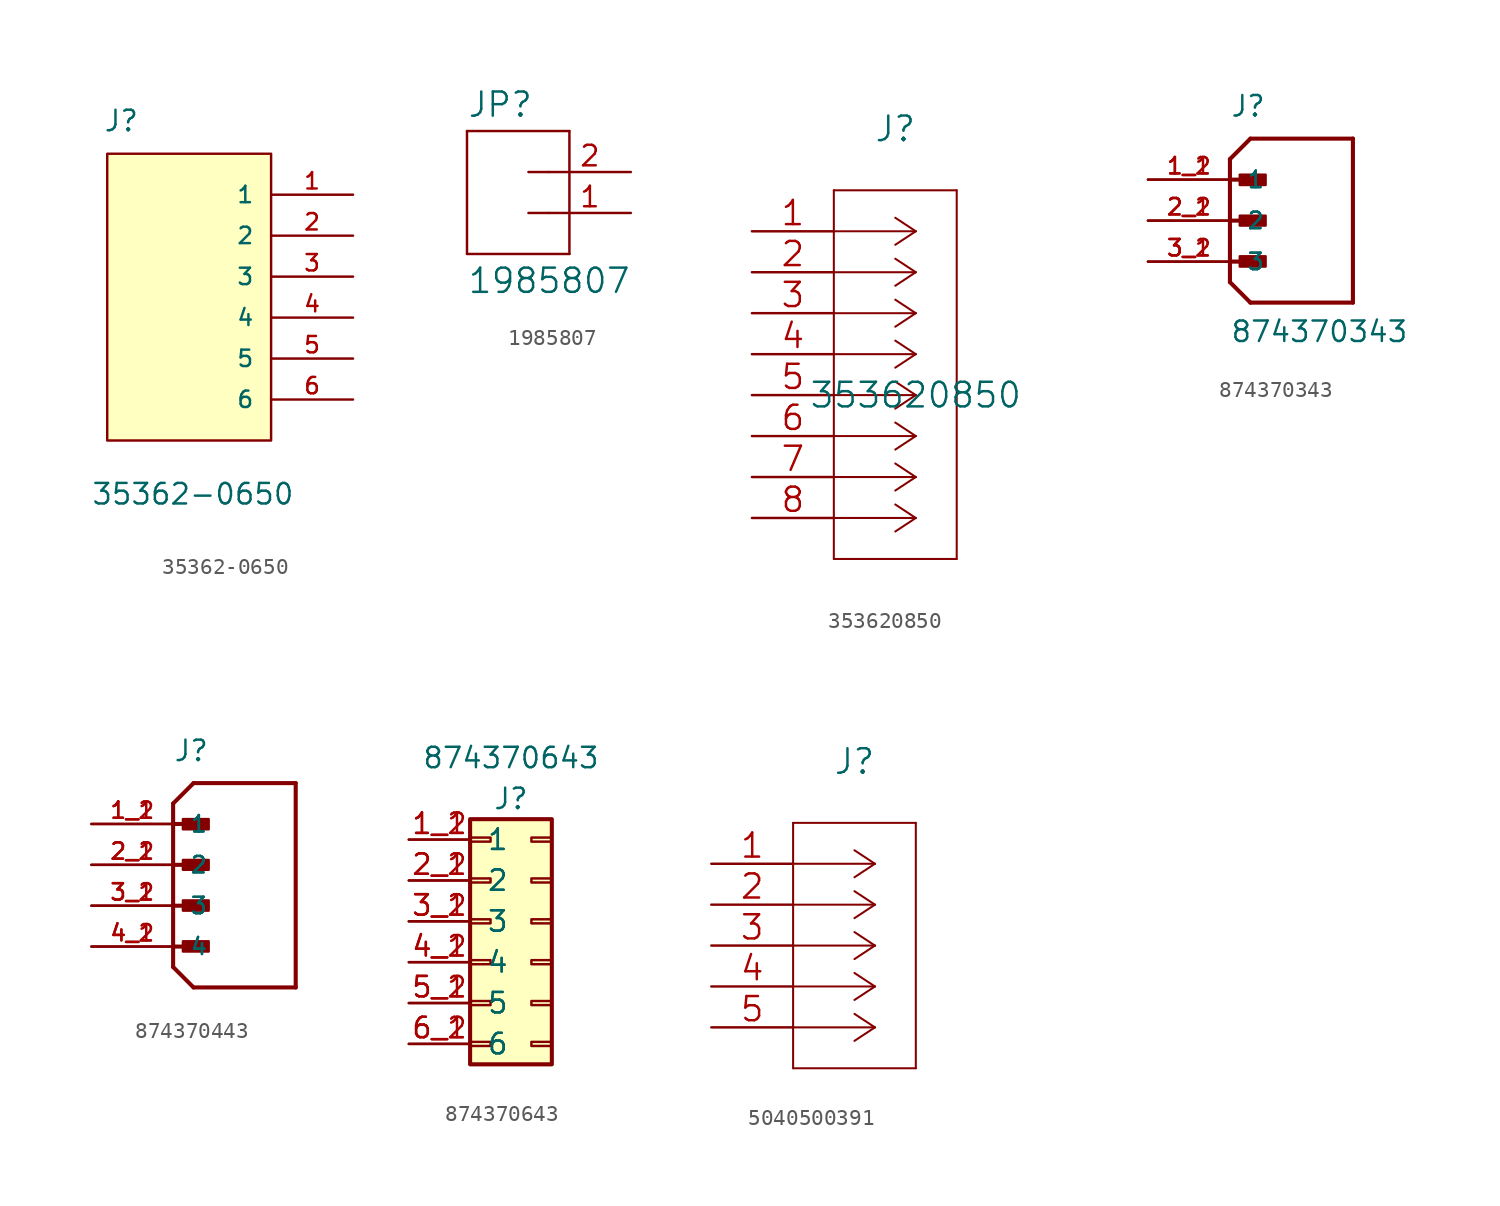
<source format=kicad_sym>
(kicad_symbol_lib
  (version 20220914)
  (generator kicad_symbol_editor)
  (symbol "35362-0650"
    (pin_names
      (offset 1.016))
    (property "Reference" "J"
      (at -5.334 11.455 0)
      (effects (font (size 1.27 1.27)) (justify left bottom)))
    (property "Value" "35362-0650"
      (at -6.096 -11.684 0)
      (effects (font (size 1.27 1.27)) (justify left bottom)))
    (symbol "35362-0650_0_0"
      (rectangle (start -5.08 10.16) (end 5.08 -7.62) (stroke (width 0.152) (type default)) (fill (type background)))
      (pin passive line (at 10.16 7.62 180) (length 5.08) (name "1" (effects (font (size 1.016 1.016)))) (number "1" (effects (font (size 1.016 1.016)))))
      (pin passive line (at 10.16 5.08 180) (length 5.08) (name "2" (effects (font (size 1.016 1.016)))) (number "2" (effects (font (size 1.016 1.016)))))
      (pin passive line (at 10.16 2.54 180) (length 5.08) (name "3" (effects (font (size 1.016 1.016)))) (number "3" (effects (font (size 1.016 1.016)))))
      (pin passive line (at 10.16 0 180) (length 5.08) (name "4" (effects (font (size 1.016 1.016)))) (number "4" (effects (font (size 1.016 1.016)))))
      (pin passive line (at 10.16 -2.54 180) (length 5.08) (name "5" (effects (font (size 1.016 1.016)))) (number "5" (effects (font (size 1.016 1.016)))))
      (pin passive line (at 10.16 -5.08 180) (length 5.08) (name "6" (effects (font (size 1.016 1.016)))) (number "6" (effects (font (size 1.016 1.016)))))))
  (symbol "1985807"
    (pin_names
      (offset 1.016))
    (property "Reference" "JP"
      (at -2.54 5.842 0)
      (effects (font (size 1.499 1.499)) (justify left bottom)))
    (property "Value" "1985807"
      (at -2.54 -5.08 0)
      (effects (font (size 1.499 1.499)) (justify left bottom)))
    (symbol "1985807_1_0"
      (polyline (pts (xy -2.54 5.08) (xy -2.54 -2.54)) (stroke (width 0) (type default)) (fill (type none)))
      (polyline (pts (xy -2.54 5.08) (xy 3.81 5.08)) (stroke (width 0) (type default)) (fill (type none)))
      (polyline (pts (xy 1.27 0) (xy 2.54 0)) (stroke (width 0) (type default)) (fill (type none)))
      (polyline (pts (xy 1.27 2.54) (xy 2.54 2.54)) (stroke (width 0) (type default)) (fill (type none)))
      (polyline (pts (xy 3.81 -2.54) (xy -2.54 -2.54)) (stroke (width 0) (type default)) (fill (type none)))
      (polyline (pts (xy 3.81 -2.54) (xy 3.81 5.08)) (stroke (width 0) (type default)) (fill (type none)))
      (pin passive line (at 7.62 0 180) (length 5.08) (name "1" (effects (font (size 0 0)))) (number "1" (effects (font (size 1.27 1.27)))))
      (pin passive line (at 7.62 2.54 180) (length 5.08) (name "2" (effects (font (size 0 0)))) (number "2" (effects (font (size 1.27 1.27)))))))
  (symbol "353620850"
    (pin_names
      (offset 0.254) hide)
    (property "Reference" "J"
      (at 8.89 6.35 0)
      (effects (font (size 1.524 1.524))))
    (property "Value" "353620850"
      (at 10.16 -10.16 0)
      (effects (font (size 1.524 1.524))))
    (property "Datasheet" ""
      (at 0 0 0)
      (effects (font (size 1.524 1.524))))
    (property "ki_locked" ""
      (at 0 0 0)
      (effects (font (size 1.27 1.27))))
    (symbol "353620850_1_1"
      (polyline (pts (xy 5.08 -20.32) (xy 12.7 -20.32)) (stroke (width 0.127) (type default)) (fill (type none)))
      (polyline (pts (xy 5.08 2.54) (xy 5.08 -20.32)) (stroke (width 0.127) (type default)) (fill (type none)))
      (polyline (pts (xy 10.16 -17.78) (xy 5.08 -17.78)) (stroke (width 0.127) (type default)) (fill (type none)))
      (polyline (pts (xy 10.16 -17.78) (xy 8.89 -18.618)) (stroke (width 0.127) (type default)) (fill (type none)))
      (polyline (pts (xy 10.16 -17.78) (xy 8.89 -16.942)) (stroke (width 0.127) (type default)) (fill (type none)))
      (polyline (pts (xy 10.16 -15.24) (xy 5.08 -15.24)) (stroke (width 0.127) (type default)) (fill (type none)))
      (polyline (pts (xy 10.16 -15.24) (xy 8.89 -16.078)) (stroke (width 0.127) (type default)) (fill (type none)))
      (polyline (pts (xy 10.16 -15.24) (xy 8.89 -14.402)) (stroke (width 0.127) (type default)) (fill (type none)))
      (polyline (pts (xy 10.16 -12.7) (xy 5.08 -12.7)) (stroke (width 0.127) (type default)) (fill (type none)))
      (polyline (pts (xy 10.16 -12.7) (xy 8.89 -13.538)) (stroke (width 0.127) (type default)) (fill (type none)))
      (polyline (pts (xy 10.16 -12.7) (xy 8.89 -11.862)) (stroke (width 0.127) (type default)) (fill (type none)))
      (polyline (pts (xy 10.16 -10.16) (xy 5.08 -10.16)) (stroke (width 0.127) (type default)) (fill (type none)))
      (polyline (pts (xy 10.16 -10.16) (xy 8.89 -10.998)) (stroke (width 0.127) (type default)) (fill (type none)))
      (polyline (pts (xy 10.16 -10.16) (xy 8.89 -9.322)) (stroke (width 0.127) (type default)) (fill (type none)))
      (polyline (pts (xy 10.16 -7.62) (xy 5.08 -7.62)) (stroke (width 0.127) (type default)) (fill (type none)))
      (polyline (pts (xy 10.16 -7.62) (xy 8.89 -8.458)) (stroke (width 0.127) (type default)) (fill (type none)))
      (polyline (pts (xy 10.16 -7.62) (xy 8.89 -6.782)) (stroke (width 0.127) (type default)) (fill (type none)))
      (polyline (pts (xy 10.16 -5.08) (xy 5.08 -5.08)) (stroke (width 0.127) (type default)) (fill (type none)))
      (polyline (pts (xy 10.16 -5.08) (xy 8.89 -5.918)) (stroke (width 0.127) (type default)) (fill (type none)))
      (polyline (pts (xy 10.16 -5.08) (xy 8.89 -4.242)) (stroke (width 0.127) (type default)) (fill (type none)))
      (polyline (pts (xy 10.16 -2.54) (xy 5.08 -2.54)) (stroke (width 0.127) (type default)) (fill (type none)))
      (polyline (pts (xy 10.16 -2.54) (xy 8.89 -3.378)) (stroke (width 0.127) (type default)) (fill (type none)))
      (polyline (pts (xy 10.16 -2.54) (xy 8.89 -1.702)) (stroke (width 0.127) (type default)) (fill (type none)))
      (polyline (pts (xy 10.16 0) (xy 5.08 0)) (stroke (width 0.127) (type default)) (fill (type none)))
      (polyline (pts (xy 10.16 0) (xy 8.89 -0.838)) (stroke (width 0.127) (type default)) (fill (type none)))
      (polyline (pts (xy 10.16 0) (xy 8.89 0.838)) (stroke (width 0.127) (type default)) (fill (type none)))
      (polyline (pts (xy 12.7 -20.32) (xy 12.7 2.54)) (stroke (width 0.127) (type default)) (fill (type none)))
      (polyline (pts (xy 12.7 2.54) (xy 5.08 2.54)) (stroke (width 0.127) (type default)) (fill (type none)))
      (pin unspecified line (at 0 0 0) (length 5.08) (name "1" (effects (font (size 1.499 1.499)))) (number "1" (effects (font (size 1.499 1.499)))))
      (pin unspecified line (at 0 -2.54 0) (length 5.08) (name "2" (effects (font (size 1.499 1.499)))) (number "2" (effects (font (size 1.499 1.499)))))
      (pin unspecified line (at 0 -5.08 0) (length 5.08) (name "3" (effects (font (size 1.499 1.499)))) (number "3" (effects (font (size 1.499 1.499)))))
      (pin unspecified line (at 0 -7.62 0) (length 5.08) (name "4" (effects (font (size 1.499 1.499)))) (number "4" (effects (font (size 1.499 1.499)))))
      (pin unspecified line (at 0 -10.16 0) (length 5.08) (name "5" (effects (font (size 1.499 1.499)))) (number "5" (effects (font (size 1.499 1.499)))))
      (pin unspecified line (at 0 -12.7 0) (length 5.08) (name "6" (effects (font (size 1.499 1.499)))) (number "6" (effects (font (size 1.499 1.499)))))
      (pin unspecified line (at 0 -15.24 0) (length 5.08) (name "7" (effects (font (size 1.499 1.499)))) (number "7" (effects (font (size 1.499 1.499)))))
      (pin unspecified line (at 0 -17.78 0) (length 5.08) (name "8" (effects (font (size 1.499 1.499)))) (number "8" (effects (font (size 1.499 1.499)))))))
  (symbol "874370343"
    (pin_names
      (offset 1.016))
    (property "Reference" "J"
      (at 0 6.35 0)
      (effects (font (size 1.27 1.27)) (justify left bottom)))
    (property "Value" "874370343"
      (at 0 -7.62 0)
      (effects (font (size 1.27 1.27)) (justify left bottom)))
    (property "ki_locked" ""
      (at 0 0 0)
      (effects (font (size 1.27 1.27))))
    (symbol "874370343_0_0"
      (polyline (pts (xy 0 -3.81) (xy 1.27 -5.08)) (stroke (width 0.254) (type default)) (fill (type none)))
      (polyline (pts (xy 0 -2.54) (xy 1.905 -2.54)) (stroke (width 0.254) (type default)) (fill (type none)))
      (polyline (pts (xy 0 0) (xy 1.905 0)) (stroke (width 0.254) (type default)) (fill (type none)))
      (polyline (pts (xy 0 2.54) (xy 0 -3.81)) (stroke (width 0.254) (type default)) (fill (type none)))
      (polyline (pts (xy 0 2.54) (xy 1.905 2.54)) (stroke (width 0.254) (type default)) (fill (type none)))
      (polyline (pts (xy 0 3.81) (xy 0 2.54)) (stroke (width 0.254) (type default)) (fill (type none)))
      (polyline (pts (xy 1.27 -5.08) (xy 7.62 -5.08)) (stroke (width 0.254) (type default)) (fill (type none)))
      (polyline (pts (xy 1.27 5.08) (xy 0 3.81)) (stroke (width 0.254) (type default)) (fill (type none)))
      (polyline (pts (xy 7.62 -5.08) (xy 7.62 5.08)) (stroke (width 0.254) (type default)) (fill (type none)))
      (polyline (pts (xy 7.62 5.08) (xy 1.27 5.08)) (stroke (width 0.254) (type default)) (fill (type none)))
      (rectangle (start 0.61 -2.845) (end 2.21 -2.21) (stroke (width 0) (type default)) (fill (type outline)))
      (rectangle (start 0.61 -0.305) (end 2.21 0.305) (stroke (width 0) (type default)) (fill (type outline)))
      (rectangle (start 0.61 2.21) (end 2.21 2.845) (stroke (width 0) (type default)) (fill (type outline)))
      (pin passive line (at -5.08 2.54 0) (length 5.08) (name "1" (effects (font (size 1.016 1.016)))) (number "1_1" (effects (font (size 1.016 1.016)))))
      (pin passive line (at -5.08 2.54 0) (length 5.08) (name "1" (effects (font (size 1.016 1.016)))) (number "1_2" (effects (font (size 1.016 1.016)))))
      (pin passive line (at -5.08 0 0) (length 5.08) (name "2" (effects (font (size 1.016 1.016)))) (number "2_1" (effects (font (size 1.016 1.016)))))
      (pin passive line (at -5.08 0 0) (length 5.08) (name "2" (effects (font (size 1.016 1.016)))) (number "2_2" (effects (font (size 1.016 1.016)))))
      (pin passive line (at -5.08 -2.54 0) (length 5.08) (name "3" (effects (font (size 1.016 1.016)))) (number "3_1" (effects (font (size 1.016 1.016)))))
      (pin passive line (at -5.08 -2.54 0) (length 5.08) (name "3" (effects (font (size 1.016 1.016)))) (number "3_2" (effects (font (size 1.016 1.016)))))))
  (symbol "874370443"
    (pin_names
      (offset 1.016))
    (property "Reference" "J"
      (at 0 6.35 0)
      (effects (font (size 1.27 1.27)) (justify left bottom)))
    (property "ki_locked" ""
      (at 0 0 0)
      (effects (font (size 1.27 1.27))))
    (symbol "874370443_0_0"
      (polyline (pts (xy 0 -6.35) (xy 1.27 -7.62)) (stroke (width 0.254) (type default)) (fill (type none)))
      (polyline (pts (xy 0 -5.08) (xy 1.905 -5.08)) (stroke (width 0.254) (type default)) (fill (type none)))
      (polyline (pts (xy 0 -2.54) (xy 1.905 -2.54)) (stroke (width 0.254) (type default)) (fill (type none)))
      (polyline (pts (xy 0 0) (xy 1.905 0)) (stroke (width 0.254) (type default)) (fill (type none)))
      (polyline (pts (xy 0 2.54) (xy 0 -6.35)) (stroke (width 0.254) (type default)) (fill (type none)))
      (polyline (pts (xy 0 2.54) (xy 1.905 2.54)) (stroke (width 0.254) (type default)) (fill (type none)))
      (polyline (pts (xy 0 3.81) (xy 0 2.54)) (stroke (width 0.254) (type default)) (fill (type none)))
      (polyline (pts (xy 1.27 -7.62) (xy 7.62 -7.62)) (stroke (width 0.254) (type default)) (fill (type none)))
      (polyline (pts (xy 1.27 5.08) (xy 0 3.81)) (stroke (width 0.254) (type default)) (fill (type none)))
      (polyline (pts (xy 7.62 -7.62) (xy 7.62 5.08)) (stroke (width 0.254) (type default)) (fill (type none)))
      (polyline (pts (xy 7.62 5.08) (xy 1.27 5.08)) (stroke (width 0.254) (type default)) (fill (type none)))
      (rectangle (start 0.61 -5.385) (end 2.21 -4.75) (stroke (width 0) (type default)) (fill (type outline)))
      (rectangle (start 0.61 -2.845) (end 2.21 -2.21) (stroke (width 0) (type default)) (fill (type outline)))
      (rectangle (start 0.61 -0.305) (end 2.21 0.305) (stroke (width 0) (type default)) (fill (type outline)))
      (rectangle (start 0.61 2.21) (end 2.21 2.845) (stroke (width 0) (type default)) (fill (type outline)))
      (pin passive line (at -5.08 2.54 0) (length 5.08) (name "1" (effects (font (size 1.016 1.016)))) (number "1_1" (effects (font (size 1.016 1.016)))))
      (pin passive line (at -5.08 2.54 0) (length 5.08) (name "1" (effects (font (size 1.016 1.016)))) (number "1_2" (effects (font (size 1.016 1.016)))))
      (pin passive line (at -5.08 0 0) (length 5.08) (name "2" (effects (font (size 1.016 1.016)))) (number "2_1" (effects (font (size 1.016 1.016)))))
      (pin passive line (at -5.08 0 0) (length 5.08) (name "2" (effects (font (size 1.016 1.016)))) (number "2_2" (effects (font (size 1.016 1.016)))))
      (pin passive line (at -5.08 -2.54 0) (length 5.08) (name "3" (effects (font (size 1.016 1.016)))) (number "3_1" (effects (font (size 1.016 1.016)))))
      (pin passive line (at -5.08 -2.54 0) (length 5.08) (name "3" (effects (font (size 1.016 1.016)))) (number "3_2" (effects (font (size 1.016 1.016)))))
      (pin passive line (at -5.08 -5.08 0) (length 5.08) (name "4" (effects (font (size 1.016 1.016)))) (number "4_1" (effects (font (size 1.016 1.016)))))
      (pin passive line (at -5.08 -5.08 0) (length 5.08) (name "4" (effects (font (size 1.016 1.016)))) (number "4_2" (effects (font (size 1.016 1.016)))))))
  (symbol "874370643"
    (pin_names
      (offset 1.016))
    (property "Reference" "J"
      (at 0 0 0)
      (effects (font (size 1.27 1.27))))
    (property "Value" "874370643"
      (at 0 2.54 0)
      (effects (font (size 1.27 1.27))))
    (symbol "874370643_1_1"
      (rectangle (start -2.54 -15.113) (end -1.27 -15.367) (stroke (width 0.152) (type default)) (fill (type none)))
      (rectangle (start -2.54 -12.573) (end -1.27 -12.827) (stroke (width 0.152) (type default)) (fill (type none)))
      (rectangle (start -2.54 -10.033) (end -1.27 -10.287) (stroke (width 0.152) (type default)) (fill (type none)))
      (rectangle (start -2.54 -7.493) (end -1.27 -7.747) (stroke (width 0.152) (type default)) (fill (type none)))
      (rectangle (start -2.54 -4.953) (end -1.27 -5.207) (stroke (width 0.152) (type default)) (fill (type none)))
      (rectangle (start -2.54 -2.413) (end -1.27 -2.667) (stroke (width 0.152) (type default)) (fill (type none)))
      (rectangle (start -2.54 -1.27) (end 2.54 -16.51) (stroke (width 0.254) (type default)) (fill (type background)))
      (rectangle (start 2.54 -15.113) (end 1.27 -15.367) (stroke (width 0.152) (type default)) (fill (type none)))
      (rectangle (start 2.54 -12.573) (end 1.27 -12.827) (stroke (width 0.152) (type default)) (fill (type none)))
      (rectangle (start 2.54 -10.033) (end 1.27 -10.287) (stroke (width 0.152) (type default)) (fill (type none)))
      (rectangle (start 2.54 -7.493) (end 1.27 -7.747) (stroke (width 0.152) (type default)) (fill (type none)))
      (rectangle (start 2.54 -4.953) (end 1.27 -5.207) (stroke (width 0.152) (type default)) (fill (type none)))
      (rectangle (start 2.54 -2.413) (end 1.27 -2.667) (stroke (width 0.152) (type default)) (fill (type none)))
      (pin passive line (at -6.35 -2.54 0) (length 3.81) (name "1" (effects (font (size 1.27 1.27)))) (number "1_1" (effects (font (size 1.27 1.27)))))
      (pin passive line (at -6.35 -2.54 0) (length 3.81) (name "1" (effects (font (size 1.27 1.27)))) (number "1_2" (effects (font (size 1.27 1.27)))))
      (pin passive line (at -6.35 -5.08 0) (length 3.81) (name "2" (effects (font (size 1.27 1.27)))) (number "2_1" (effects (font (size 1.27 1.27)))))
      (pin passive line (at -6.35 -5.08 0) (length 3.81) (name "2" (effects (font (size 1.27 1.27)))) (number "2_2" (effects (font (size 1.27 1.27)))))
      (pin passive line (at -6.35 -7.62 0) (length 3.81) (name "3" (effects (font (size 1.27 1.27)))) (number "3_1" (effects (font (size 1.27 1.27)))))
      (pin passive line (at -6.35 -7.62 0) (length 3.81) (name "3" (effects (font (size 1.27 1.27)))) (number "3_2" (effects (font (size 1.27 1.27)))))
      (pin passive line (at -6.35 -10.16 0) (length 3.81) (name "4" (effects (font (size 1.27 1.27)))) (number "4_1" (effects (font (size 1.27 1.27)))))
      (pin passive line (at -6.35 -10.16 0) (length 3.81) (name "4" (effects (font (size 1.27 1.27)))) (number "4_2" (effects (font (size 1.27 1.27)))))
      (pin passive line (at -6.35 -12.7 0) (length 3.81) (name "5" (effects (font (size 1.27 1.27)))) (number "5_1" (effects (font (size 1.27 1.27)))))
      (pin passive line (at -6.35 -12.7 0) (length 3.81) (name "5" (effects (font (size 1.27 1.27)))) (number "5_2" (effects (font (size 1.27 1.27)))))
      (pin passive line (at -6.35 -15.24 0) (length 3.81) (name "6" (effects (font (size 1.27 1.27)))) (number "6_1" (effects (font (size 1.27 1.27)))))
      (pin passive line (at -6.35 -15.24 0) (length 3.81) (name "6" (effects (font (size 1.27 1.27)))) (number "6_2" (effects (font (size 1.27 1.27)))))))
  (symbol "5040500391"
    (pin_names
      (offset 0.254) hide)
    (property "Reference" "J"
      (at 0 11.43 0)
      (effects (font (size 1.524 1.524))))
    (property "Datasheet" ""
      (at -8.89 5.08 0)
      (effects (font (size 1.524 1.524))))
    (property "ki_locked" ""
      (at 0 0 0)
      (effects (font (size 1.27 1.27))))
    (symbol "5040500391_1_1"
      (polyline (pts (xy -3.81 -7.62) (xy 3.81 -7.62)) (stroke (width 0.127) (type default)) (fill (type none)))
      (polyline (pts (xy -3.81 7.62) (xy -3.81 -7.62)) (stroke (width 0.127) (type default)) (fill (type none)))
      (polyline (pts (xy 1.27 -5.08) (xy -3.81 -5.08)) (stroke (width 0.127) (type default)) (fill (type none)))
      (polyline (pts (xy 1.27 -5.08) (xy 0 -5.918)) (stroke (width 0.127) (type default)) (fill (type none)))
      (polyline (pts (xy 1.27 -5.08) (xy 0 -4.242)) (stroke (width 0.127) (type default)) (fill (type none)))
      (polyline (pts (xy 1.27 -2.54) (xy -3.81 -2.54)) (stroke (width 0.127) (type default)) (fill (type none)))
      (polyline (pts (xy 1.27 -2.54) (xy 0 -3.378)) (stroke (width 0.127) (type default)) (fill (type none)))
      (polyline (pts (xy 1.27 -2.54) (xy 0 -1.702)) (stroke (width 0.127) (type default)) (fill (type none)))
      (polyline (pts (xy 1.27 0) (xy -3.81 0)) (stroke (width 0.127) (type default)) (fill (type none)))
      (polyline (pts (xy 1.27 0) (xy 0 -0.838)) (stroke (width 0.127) (type default)) (fill (type none)))
      (polyline (pts (xy 1.27 0) (xy 0 0.838)) (stroke (width 0.127) (type default)) (fill (type none)))
      (polyline (pts (xy 1.27 2.54) (xy -3.81 2.54)) (stroke (width 0.127) (type default)) (fill (type none)))
      (polyline (pts (xy 1.27 2.54) (xy 0 1.702)) (stroke (width 0.127) (type default)) (fill (type none)))
      (polyline (pts (xy 1.27 2.54) (xy 0 3.378)) (stroke (width 0.127) (type default)) (fill (type none)))
      (polyline (pts (xy 1.27 5.08) (xy -3.81 5.08)) (stroke (width 0.127) (type default)) (fill (type none)))
      (polyline (pts (xy 1.27 5.08) (xy 0 4.242)) (stroke (width 0.127) (type default)) (fill (type none)))
      (polyline (pts (xy 1.27 5.08) (xy 0 5.918)) (stroke (width 0.127) (type default)) (fill (type none)))
      (polyline (pts (xy 3.81 -7.62) (xy 3.81 7.62)) (stroke (width 0.127) (type default)) (fill (type none)))
      (polyline (pts (xy 3.81 7.62) (xy -3.81 7.62)) (stroke (width 0.127) (type default)) (fill (type none)))
      (pin unspecified line (at -8.89 5.08 0) (length 5.08) (name "1" (effects (font (size 1.499 1.499)))) (number "1" (effects (font (size 1.499 1.499)))))
      (pin unspecified line (at -8.89 2.54 0) (length 5.08) (name "2" (effects (font (size 1.499 1.499)))) (number "2" (effects (font (size 1.499 1.499)))))
      (pin unspecified line (at -8.89 0 0) (length 5.08) (name "3" (effects (font (size 1.499 1.499)))) (number "3" (effects (font (size 1.499 1.499)))))
      (pin unspecified line (at -8.89 -2.54 0) (length 5.08) (name "4" (effects (font (size 1.499 1.499)))) (number "4" (effects (font (size 1.499 1.499)))))
      (pin unspecified line (at -8.89 -5.08 0) (length 5.08) (name "5" (effects (font (size 1.499 1.499)))) (number "5" (effects (font (size 1.499 1.499))))))))
</source>
